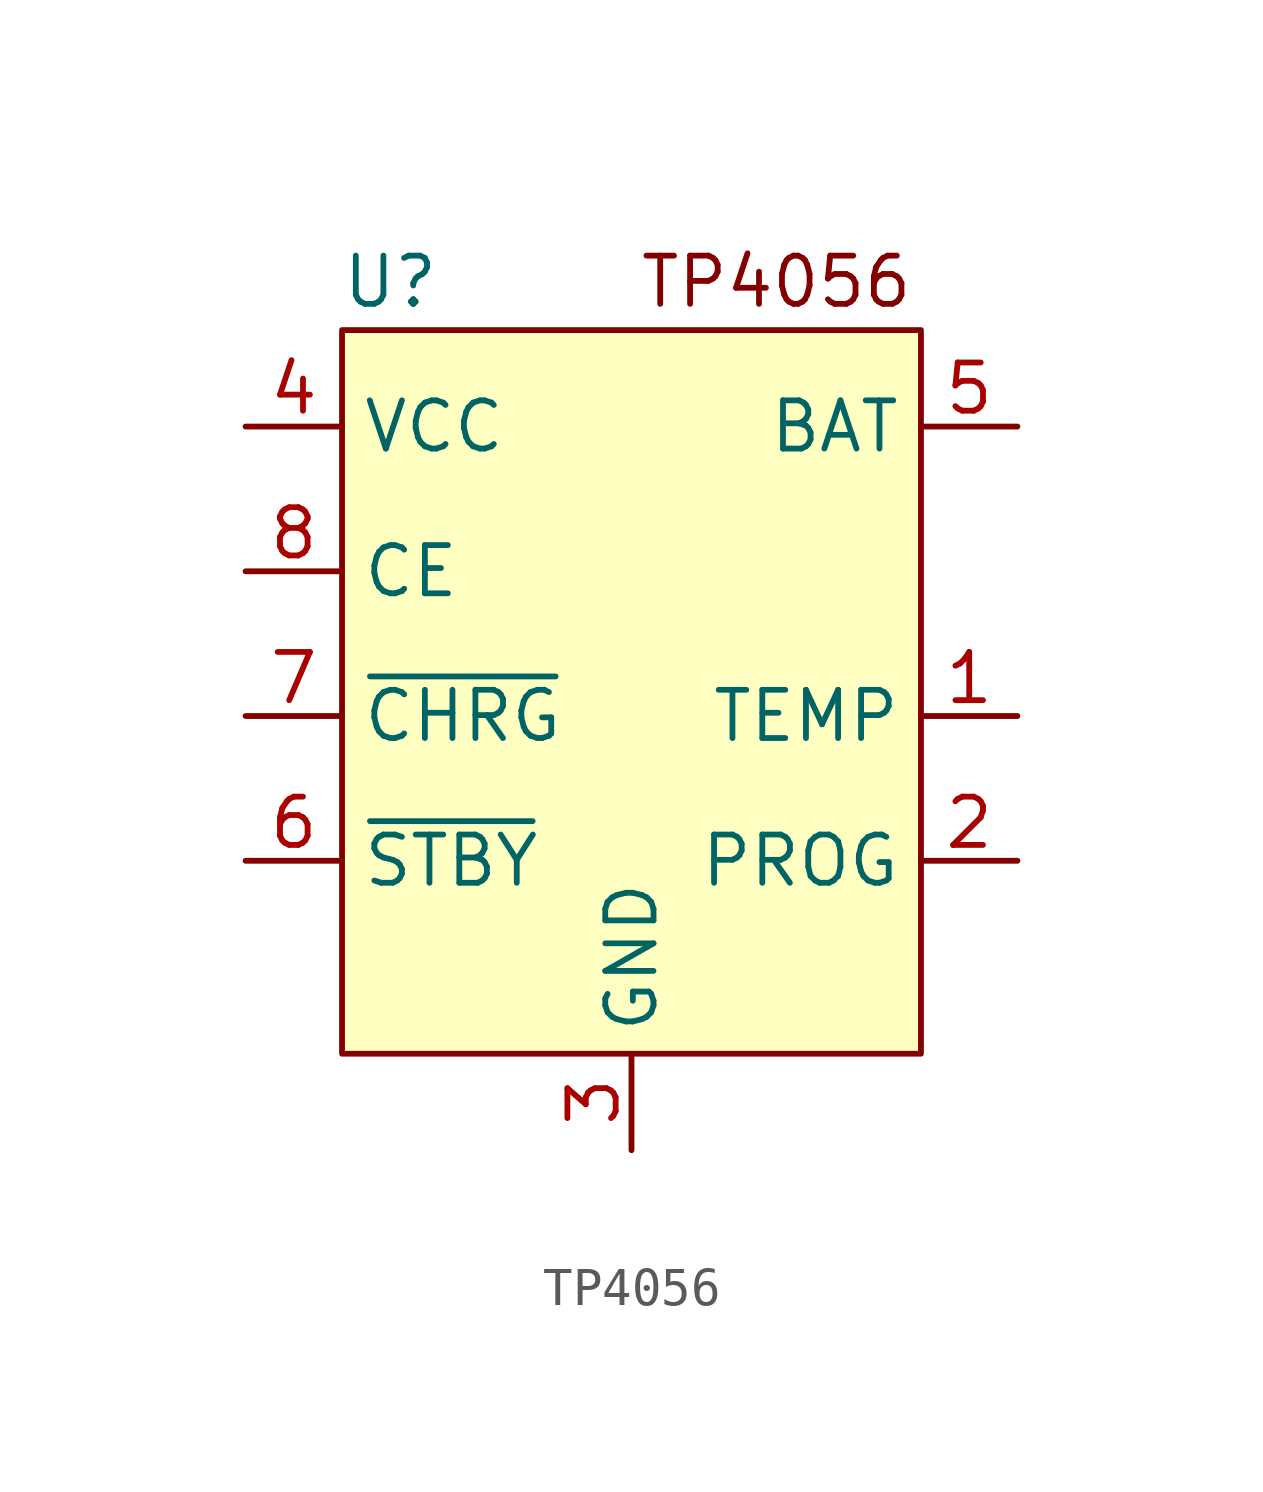
<source format=kicad_sym>
(kicad_symbol_lib
  (version 20220914)
  (generator kicad_symbol_editor)
  (symbol "TP4056"
    (property "Reference" "U"
      (at -6.35 0 0)
      (effects (font (size 1.27 1.27))))
    (property "Value" ""
      (at 0 0 0)
      (effects (font (size 1.27 1.27))))
    (symbol "TP4056_1_1"
      (rectangle (start -7.62 -1.27) (end 7.62 -20.32) (stroke (width 0) (type default)) (fill (type background)))
      (text "TP4056" (at 3.81 0 0) (effects (font (size 1.27 1.27))))
      (pin passive line (at 10.16 -11.43 180) (length 2.54) (name "TEMP" (effects (font (size 1.27 1.27)))) (number "1" (effects (font (size 1.27 1.27)))))
      (pin passive line (at 10.16 -15.24 180) (length 2.54) (name "PROG" (effects (font (size 1.27 1.27)))) (number "2" (effects (font (size 1.27 1.27)))))
      (pin power_in line (at 0 -22.86 90) (length 2.54) (name "GND" (effects (font (size 1.27 1.27)))) (number "3" (effects (font (size 1.27 1.27)))))
      (pin power_in line (at -10.16 -3.81 0) (length 2.54) (name "VCC" (effects (font (size 1.27 1.27)))) (number "4" (effects (font (size 1.27 1.27)))))
      (pin power_out line (at 10.16 -3.81 180) (length 2.54) (name "BAT" (effects (font (size 1.27 1.27)))) (number "5" (effects (font (size 1.27 1.27)))))
      (pin open_collector line (at -10.16 -15.24 0) (length 2.54) (name "~{STBY}" (effects (font (size 1.27 1.27)))) (number "6" (effects (font (size 1.27 1.27)))))
      (pin open_collector line (at -10.16 -11.43 0) (length 2.54) (name "~{CHRG}" (effects (font (size 1.27 1.27)))) (number "7" (effects (font (size 1.27 1.27)))))
      (pin input line (at -10.16 -7.62 0) (length 2.54) (name "CE" (effects (font (size 1.27 1.27)))) (number "8" (effects (font (size 1.27 1.27))))))))
</source>
